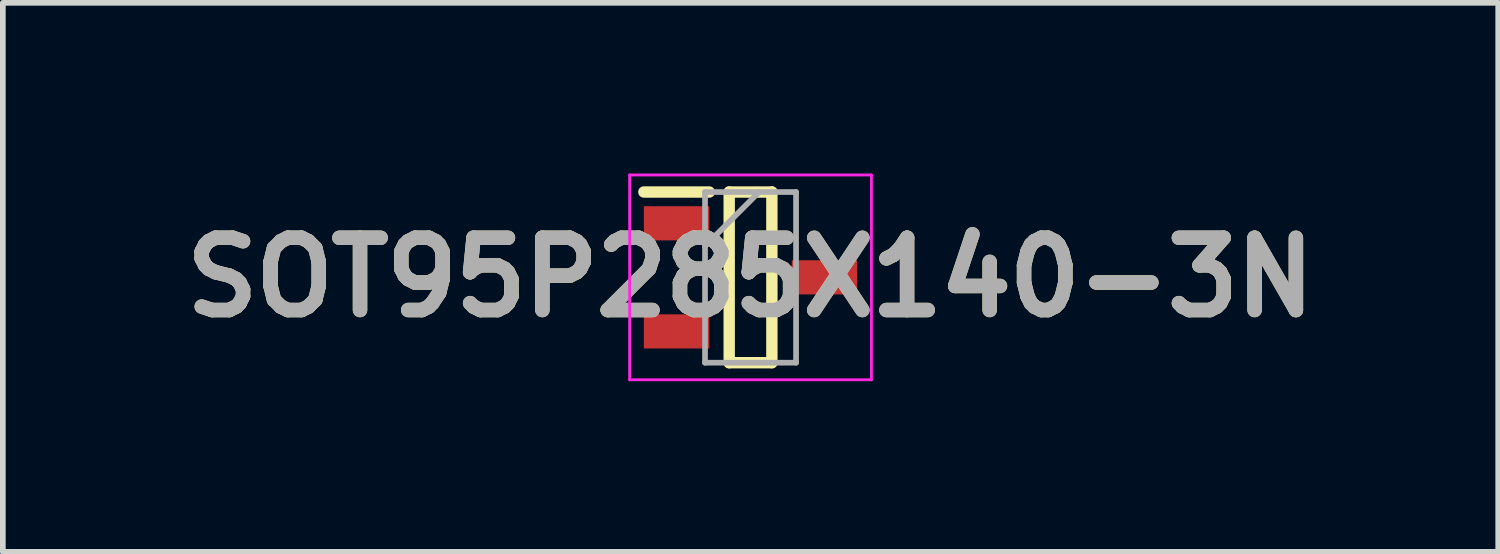
<source format=kicad_pcb>
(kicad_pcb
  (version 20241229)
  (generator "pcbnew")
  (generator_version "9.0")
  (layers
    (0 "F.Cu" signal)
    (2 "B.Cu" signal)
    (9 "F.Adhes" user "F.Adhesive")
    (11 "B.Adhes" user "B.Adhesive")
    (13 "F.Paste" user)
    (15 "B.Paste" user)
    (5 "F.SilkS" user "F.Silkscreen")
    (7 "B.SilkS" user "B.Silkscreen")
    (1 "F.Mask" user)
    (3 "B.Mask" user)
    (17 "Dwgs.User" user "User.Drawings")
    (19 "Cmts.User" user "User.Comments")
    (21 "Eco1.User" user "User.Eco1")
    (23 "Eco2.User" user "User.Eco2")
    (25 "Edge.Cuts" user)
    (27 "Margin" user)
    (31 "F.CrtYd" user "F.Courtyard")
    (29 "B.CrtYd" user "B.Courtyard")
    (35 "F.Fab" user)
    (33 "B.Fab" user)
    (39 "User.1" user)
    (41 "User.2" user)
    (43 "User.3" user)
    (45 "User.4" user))
  (footprint "SOT95P285X140-3N"
    (layer "F.Cu")
    (at 10.142 1.825)
    (property "Reference" "SOT95P285X140-3N" (at 0 0 0) (layer "F.SilkS") (effects (font (size 1.27 1.27) (thickness 0.254))))
    (attr smd)
    (fp_line (start -1.875 -1.5) (end -0.725 -1.5) (stroke (width 0.2) (type solid)) (layer "F.SilkS"))
    (fp_line (start -0.375 -1.5) (end 0.375 -1.5) (stroke (width 0.2) (type solid)) (layer "F.SilkS"))
    (fp_line (start -0.375 1.5) (end -0.375 -1.5) (stroke (width 0.2) (type solid)) (layer "F.SilkS"))
    (fp_line (start 0.375 -1.5) (end 0.375 1.5) (stroke (width 0.2) (type solid)) (layer "F.SilkS"))
    (fp_line (start 0.375 1.5) (end -0.375 1.5) (stroke (width 0.2) (type solid)) (layer "F.SilkS"))
    (fp_line (start -2.125 -1.8) (end 2.125 -1.8) (stroke (width 0.05) (type solid)) (layer "F.CrtYd"))
    (fp_line (start -2.125 1.8) (end -2.125 -1.8) (stroke (width 0.05) (type solid)) (layer "F.CrtYd"))
    (fp_line (start 2.125 -1.8) (end 2.125 1.8) (stroke (width 0.05) (type solid)) (layer "F.CrtYd"))
    (fp_line (start 2.125 1.8) (end -2.125 1.8) (stroke (width 0.05) (type solid)) (layer "F.CrtYd"))
    (fp_line (start -0.8 -1.5) (end 0.8 -1.5) (stroke (width 0.1) (type solid)) (layer "F.Fab"))
    (fp_line (start -0.8 -0.55) (end 0.15 -1.5) (stroke (width 0.1) (type solid)) (layer "F.Fab"))
    (fp_line (start -0.8 1.5) (end -0.8 -1.5) (stroke (width 0.1) (type solid)) (layer "F.Fab"))
    (fp_line (start 0.8 -1.5) (end 0.8 1.5) (stroke (width 0.1) (type solid)) (layer "F.Fab"))
    (fp_line (start 0.8 1.5) (end -0.8 1.5) (stroke (width 0.1) (type solid)) (layer "F.Fab"))
    (fp_text user "${REFERENCE}" (at 0 0 0) (layer "F.Fab") (effects (font (size 1.27 1.27) (thickness 0.254))))
    (pad "1" smd rect (at -1.3 -0.95 90) (size 0.6 1.15) (layers "F.Cu" "F.Mask" "F.Paste"))
    (pad "2" smd rect (at -1.3 0.95 90) (size 0.6 1.15) (layers "F.Cu" "F.Mask" "F.Paste"))
    (pad "3" smd rect (at 1.3 0 90) (size 0.6 1.15) (layers "F.Cu" "F.Mask" "F.Paste")))
  (gr_rect
    (start -3 -3)
    (end 23.284 6.65)
    (stroke (width 0.1) (type default))
    (fill no)
    (layer "Edge.Cuts")))
</source>
